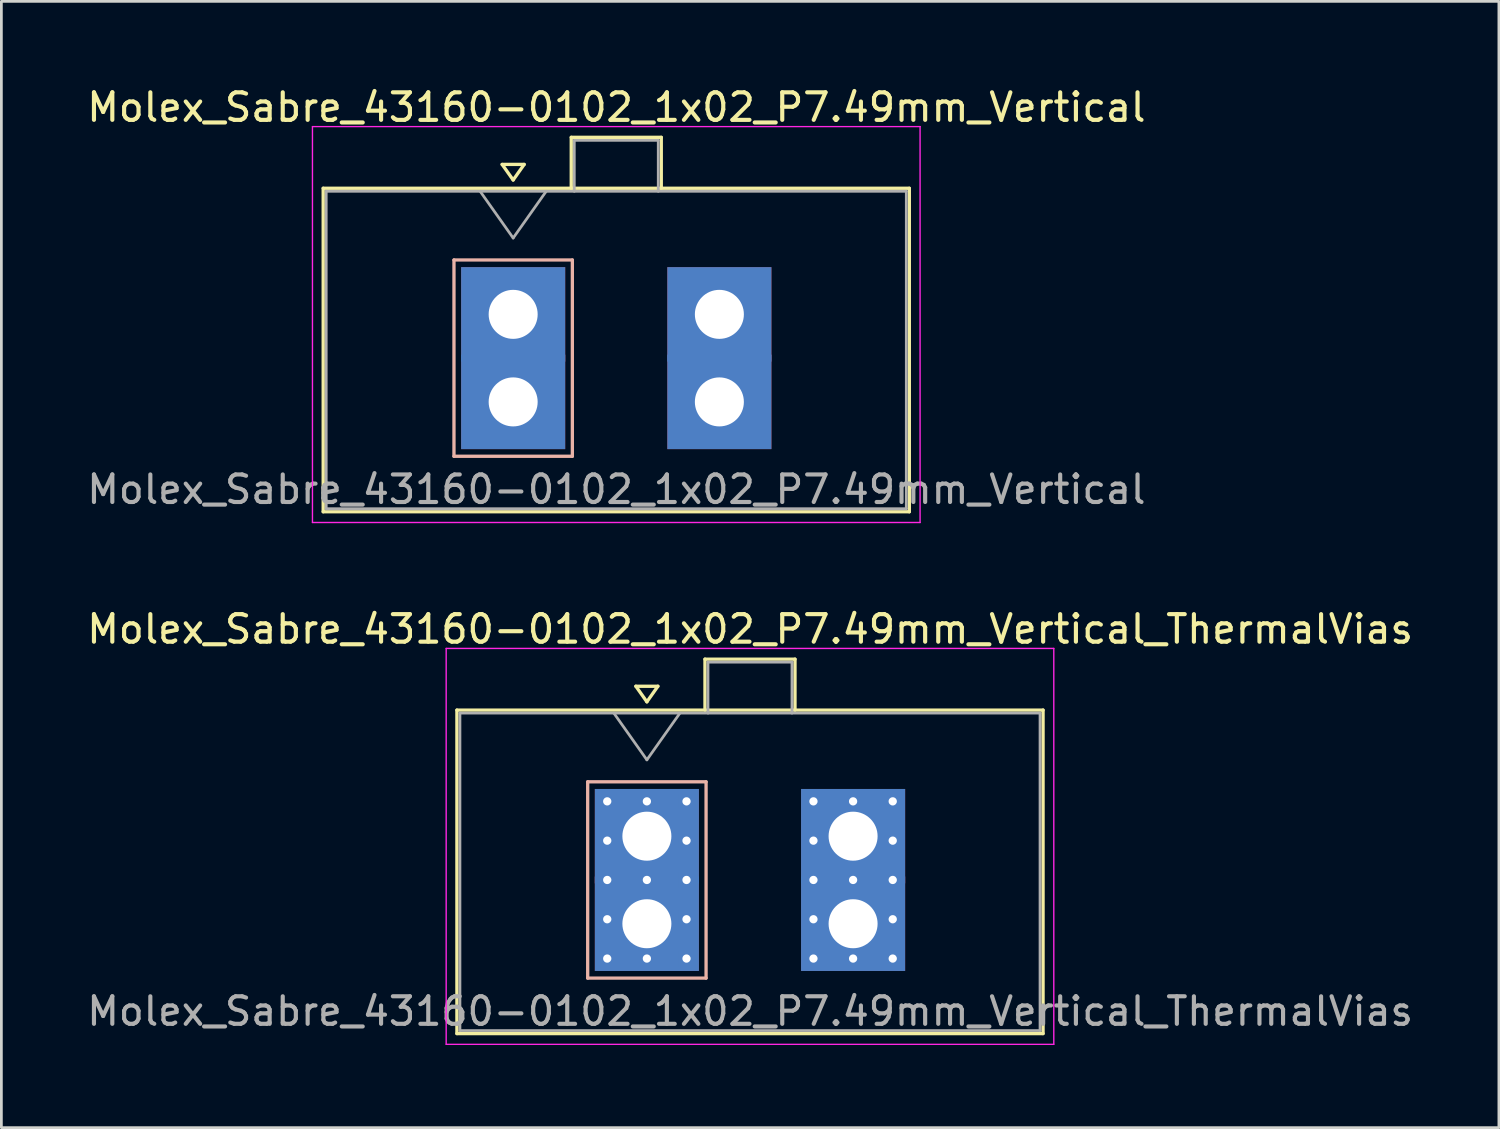
<source format=kicad_pcb>
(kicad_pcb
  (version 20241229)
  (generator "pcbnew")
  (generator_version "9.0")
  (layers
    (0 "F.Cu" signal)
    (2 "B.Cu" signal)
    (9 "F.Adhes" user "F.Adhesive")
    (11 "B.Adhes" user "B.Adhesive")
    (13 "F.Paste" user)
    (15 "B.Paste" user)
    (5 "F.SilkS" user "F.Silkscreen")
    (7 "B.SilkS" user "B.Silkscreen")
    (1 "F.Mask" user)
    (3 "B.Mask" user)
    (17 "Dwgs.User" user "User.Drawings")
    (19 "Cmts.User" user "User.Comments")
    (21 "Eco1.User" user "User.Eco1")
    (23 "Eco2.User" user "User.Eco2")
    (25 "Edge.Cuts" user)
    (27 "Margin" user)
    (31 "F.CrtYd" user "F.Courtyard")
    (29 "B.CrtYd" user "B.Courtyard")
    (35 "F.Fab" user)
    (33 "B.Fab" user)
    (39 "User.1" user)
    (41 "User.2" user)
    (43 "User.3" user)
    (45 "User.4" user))
  (footprint "Molex_Sabre_43160-0102_1x02_P7.49mm_Vertical_ThermalVias"
    (layer "F.Cu")
    (at 20.446 30.502)
    (property "Reference" "Molex_Sabre_43160-0102_1x02_P7.49mm_Vertical_ThermalVias" (at 3.75 -10.7 0) (layer "F.SilkS") (effects (font (size 1 1) (thickness 0.15))))
    (attr through_hole)
    (fp_line (start -6.9 -7.76) (end -6.9 3.99) (stroke (width 0.12) (type solid)) (layer "F.SilkS"))
    (fp_line (start -6.9 3.99) (end 14.39 3.99) (stroke (width 0.12) (type solid)) (layer "F.SilkS"))
    (fp_line (start -0.4 -8.626) (end 0 -8.06) (stroke (width 0.12) (type solid)) (layer "F.SilkS"))
    (fp_line (start 0 -8.06) (end 0.4 -8.626) (stroke (width 0.12) (type solid)) (layer "F.SilkS"))
    (fp_line (start 0.4 -8.626) (end -0.4 -8.626) (stroke (width 0.12) (type solid)) (layer "F.SilkS"))
    (fp_line (start 2.11 -9.61) (end 5.38 -9.61) (stroke (width 0.12) (type solid)) (layer "F.SilkS"))
    (fp_line (start 2.11 -7.76) (end 2.11 -9.61) (stroke (width 0.12) (type solid)) (layer "F.SilkS"))
    (fp_line (start 5.38 -9.61) (end 5.38 -7.76) (stroke (width 0.12) (type solid)) (layer "F.SilkS"))
    (fp_line (start 14.39 -7.76) (end -6.9 -7.76) (stroke (width 0.12) (type solid)) (layer "F.SilkS"))
    (fp_line (start 14.39 3.99) (end 14.39 -7.76) (stroke (width 0.12) (type solid)) (layer "F.SilkS"))
    (fp_line (start -2.15 -5.155) (end -2.15 1.975) (stroke (width 0.12) (type solid)) (layer "B.SilkS"))
    (fp_line (start -2.15 1.975) (end 2.15 1.975) (stroke (width 0.12) (type solid)) (layer "B.SilkS"))
    (fp_line (start 2.15 -5.155) (end -2.15 -5.155) (stroke (width 0.12) (type solid)) (layer "B.SilkS"))
    (fp_line (start 2.15 1.975) (end 2.15 -5.155) (stroke (width 0.12) (type solid)) (layer "B.SilkS"))
    (fp_line (start -7.29 -10) (end -7.29 4.38) (stroke (width 0.05) (type solid)) (layer "F.CrtYd"))
    (fp_line (start -7.29 4.38) (end 14.78 4.38) (stroke (width 0.05) (type solid)) (layer "F.CrtYd"))
    (fp_line (start 14.78 -10) (end -7.29 -10) (stroke (width 0.05) (type solid)) (layer "F.CrtYd"))
    (fp_line (start 14.78 4.38) (end 14.78 -10) (stroke (width 0.05) (type solid)) (layer "F.CrtYd"))
    (fp_line (start -6.79 -7.65) (end -6.79 3.88) (stroke (width 0.1) (type solid)) (layer "F.Fab"))
    (fp_line (start -6.79 3.88) (end 14.28 3.88) (stroke (width 0.1) (type solid)) (layer "F.Fab"))
    (fp_line (start -1.2 -7.65) (end 0 -5.953) (stroke (width 0.1) (type solid)) (layer "F.Fab"))
    (fp_line (start 0 -5.953) (end 1.2 -7.65) (stroke (width 0.1) (type solid)) (layer "F.Fab"))
    (fp_line (start 2.22 -9.5) (end 5.27 -9.5) (stroke (width 0.1) (type solid)) (layer "F.Fab"))
    (fp_line (start 2.22 -7.65) (end 2.22 -9.5) (stroke (width 0.1) (type solid)) (layer "F.Fab"))
    (fp_line (start 5.27 -9.5) (end 5.27 -7.65) (stroke (width 0.1) (type solid)) (layer "F.Fab"))
    (fp_line (start 14.28 -7.65) (end -6.79 -7.65) (stroke (width 0.1) (type solid)) (layer "F.Fab"))
    (fp_line (start 14.28 3.88) (end 14.28 -7.65) (stroke (width 0.1) (type solid)) (layer "F.Fab"))
    (fp_text user "${REFERENCE}" (at 3.75 3.18 0) (layer "F.Fab") (effects (font (size 1 1) (thickness 0.15))))
    (pad "1" thru_hole rect (at -1.44 -4.445) (size 0.6 0.6) (drill 0.3) (layers "*.Cu" "*.Mask"))
    (pad "1" thru_hole rect (at -1.44 -3.018) (size 0.6 0.6) (drill 0.3) (layers "*.Cu" "*.Mask"))
    (pad "1" thru_hole rect (at -1.44 -1.59) (size 0.6 0.6) (drill 0.3) (layers "*.Cu" "*.Mask"))
    (pad "1" thru_hole rect (at -1.44 -0.163) (size 0.6 0.6) (drill 0.3) (layers "*.Cu" "*.Mask"))
    (pad "1" thru_hole rect (at -1.44 1.265) (size 0.6 0.6) (drill 0.3) (layers "*.Cu" "*.Mask"))
    (pad "1" thru_hole rect (at 0 -4.445) (size 0.6 0.6) (drill 0.3) (layers "*.Cu" "*.Mask"))
    (pad "1" thru_hole rect (at 0 -3.18) (size 3.78 3.43) (drill 1.78) (layers "*.Cu" "*.Mask"))
    (pad "1" thru_hole rect (at 0 -1.59) (size 0.6 0.6) (drill 0.3) (layers "*.Cu" "*.Mask"))
    (pad "1" thru_hole rect (at 0 0) (size 3.78 3.43) (drill 1.78) (layers "*.Cu" "*.Mask"))
    (pad "1" thru_hole rect (at 0 1.265) (size 0.6 0.6) (drill 0.3) (layers "*.Cu" "*.Mask"))
    (pad "1" thru_hole rect (at 1.44 -4.445) (size 0.6 0.6) (drill 0.3) (layers "*.Cu" "*.Mask"))
    (pad "1" thru_hole rect (at 1.44 -3.018) (size 0.6 0.6) (drill 0.3) (layers "*.Cu" "*.Mask"))
    (pad "1" thru_hole rect (at 1.44 -1.59) (size 0.6 0.6) (drill 0.3) (layers "*.Cu" "*.Mask"))
    (pad "1" thru_hole rect (at 1.44 -0.163) (size 0.6 0.6) (drill 0.3) (layers "*.Cu" "*.Mask"))
    (pad "1" thru_hole rect (at 1.44 1.265) (size 0.6 0.6) (drill 0.3) (layers "*.Cu" "*.Mask"))
    (pad "2" thru_hole circle (at 6.05 -4.445) (size 0.6 0.6) (drill 0.3) (layers "*.Cu" "*.Mask"))
    (pad "2" thru_hole circle (at 6.05 -3.018) (size 0.6 0.6) (drill 0.3) (layers "*.Cu" "*.Mask"))
    (pad "2" thru_hole circle (at 6.05 -1.59) (size 0.6 0.6) (drill 0.3) (layers "*.Cu" "*.Mask"))
    (pad "2" thru_hole circle (at 6.05 -0.163) (size 0.6 0.6) (drill 0.3) (layers "*.Cu" "*.Mask"))
    (pad "2" thru_hole circle (at 6.05 1.265) (size 0.6 0.6) (drill 0.3) (layers "*.Cu" "*.Mask"))
    (pad "2" thru_hole circle (at 7.49 -4.445) (size 0.6 0.6) (drill 0.3) (layers "*.Cu" "*.Mask"))
    (pad "2" thru_hole rect (at 7.49 -3.18) (size 3.78 3.43) (drill 1.78) (layers "*.Cu" "*.Mask"))
    (pad "2" thru_hole circle (at 7.49 -1.59) (size 0.6 0.6) (drill 0.3) (layers "*.Cu" "*.Mask"))
    (pad "2" thru_hole rect (at 7.49 0) (size 3.78 3.43) (drill 1.78) (layers "*.Cu" "*.Mask"))
    (pad "2" thru_hole circle (at 7.49 1.265) (size 0.6 0.6) (drill 0.3) (layers "*.Cu" "*.Mask"))
    (pad "2" thru_hole circle (at 8.93 -4.445) (size 0.6 0.6) (drill 0.3) (layers "*.Cu" "*.Mask"))
    (pad "2" thru_hole circle (at 8.93 -3.018) (size 0.6 0.6) (drill 0.3) (layers "*.Cu" "*.Mask"))
    (pad "2" thru_hole circle (at 8.93 -1.59) (size 0.6 0.6) (drill 0.3) (layers "*.Cu" "*.Mask"))
    (pad "2" thru_hole circle (at 8.93 -0.163) (size 0.6 0.6) (drill 0.3) (layers "*.Cu" "*.Mask"))
    (pad "2" thru_hole circle (at 8.93 1.265) (size 0.6 0.6) (drill 0.3) (layers "*.Cu" "*.Mask")))
  (footprint "Molex_Sabre_43160-0102_1x02_P7.49mm_Vertical"
    (layer "F.Cu")
    (at 15.589 11.548)
    (property "Reference" "Molex_Sabre_43160-0102_1x02_P7.49mm_Vertical" (at 3.75 -10.7 0) (layer "F.SilkS") (effects (font (size 1 1) (thickness 0.15))))
    (attr through_hole)
    (fp_line (start -6.9 -7.76) (end -6.9 3.99) (stroke (width 0.12) (type solid)) (layer "F.SilkS"))
    (fp_line (start -6.9 3.99) (end 14.39 3.99) (stroke (width 0.12) (type solid)) (layer "F.SilkS"))
    (fp_line (start -0.4 -8.626) (end 0 -8.06) (stroke (width 0.12) (type solid)) (layer "F.SilkS"))
    (fp_line (start 0 -8.06) (end 0.4 -8.626) (stroke (width 0.12) (type solid)) (layer "F.SilkS"))
    (fp_line (start 0.4 -8.626) (end -0.4 -8.626) (stroke (width 0.12) (type solid)) (layer "F.SilkS"))
    (fp_line (start 2.11 -9.61) (end 5.38 -9.61) (stroke (width 0.12) (type solid)) (layer "F.SilkS"))
    (fp_line (start 2.11 -7.76) (end 2.11 -9.61) (stroke (width 0.12) (type solid)) (layer "F.SilkS"))
    (fp_line (start 5.38 -9.61) (end 5.38 -7.76) (stroke (width 0.12) (type solid)) (layer "F.SilkS"))
    (fp_line (start 14.39 -7.76) (end -6.9 -7.76) (stroke (width 0.12) (type solid)) (layer "F.SilkS"))
    (fp_line (start 14.39 3.99) (end 14.39 -7.76) (stroke (width 0.12) (type solid)) (layer "F.SilkS"))
    (fp_line (start -2.15 -5.155) (end -2.15 1.975) (stroke (width 0.12) (type solid)) (layer "B.SilkS"))
    (fp_line (start -2.15 1.975) (end 2.15 1.975) (stroke (width 0.12) (type solid)) (layer "B.SilkS"))
    (fp_line (start 2.15 -5.155) (end -2.15 -5.155) (stroke (width 0.12) (type solid)) (layer "B.SilkS"))
    (fp_line (start 2.15 1.975) (end 2.15 -5.155) (stroke (width 0.12) (type solid)) (layer "B.SilkS"))
    (fp_line (start -7.29 -10) (end -7.29 4.38) (stroke (width 0.05) (type solid)) (layer "F.CrtYd"))
    (fp_line (start -7.29 4.38) (end 14.78 4.38) (stroke (width 0.05) (type solid)) (layer "F.CrtYd"))
    (fp_line (start 14.78 -10) (end -7.29 -10) (stroke (width 0.05) (type solid)) (layer "F.CrtYd"))
    (fp_line (start 14.78 4.38) (end 14.78 -10) (stroke (width 0.05) (type solid)) (layer "F.CrtYd"))
    (fp_line (start -6.79 -7.65) (end -6.79 3.88) (stroke (width 0.1) (type solid)) (layer "F.Fab"))
    (fp_line (start -6.79 3.88) (end 14.28 3.88) (stroke (width 0.1) (type solid)) (layer "F.Fab"))
    (fp_line (start -1.2 -7.65) (end 0 -5.953) (stroke (width 0.1) (type solid)) (layer "F.Fab"))
    (fp_line (start 0 -5.953) (end 1.2 -7.65) (stroke (width 0.1) (type solid)) (layer "F.Fab"))
    (fp_line (start 2.22 -9.5) (end 5.27 -9.5) (stroke (width 0.1) (type solid)) (layer "F.Fab"))
    (fp_line (start 2.22 -7.65) (end 2.22 -9.5) (stroke (width 0.1) (type solid)) (layer "F.Fab"))
    (fp_line (start 5.27 -9.5) (end 5.27 -7.65) (stroke (width 0.1) (type solid)) (layer "F.Fab"))
    (fp_line (start 14.28 -7.65) (end -6.79 -7.65) (stroke (width 0.1) (type solid)) (layer "F.Fab"))
    (fp_line (start 14.28 3.88) (end 14.28 -7.65) (stroke (width 0.1) (type solid)) (layer "F.Fab"))
    (fp_text user "${REFERENCE}" (at 3.75 3.18 0) (layer "F.Fab") (effects (font (size 1 1) (thickness 0.15))))
    (pad "1" thru_hole rect (at 0 -3.18) (size 3.78 3.43) (drill 1.78) (layers "*.Cu" "*.Mask"))
    (pad "1" thru_hole rect (at 0 0) (size 3.78 3.43) (drill 1.78) (layers "*.Cu" "*.Mask"))
    (pad "2" thru_hole rect (at 7.49 -3.18) (size 3.78 3.43) (drill 1.78) (layers "*.Cu" "*.Mask"))
    (pad "2" thru_hole rect (at 7.49 0) (size 3.78 3.43) (drill 1.78) (layers "*.Cu" "*.Mask")))
  (gr_rect
    (start -3 -3)
    (end 51.393 37.907)
    (stroke (width 0.1) (type default))
    (fill no)
    (layer "Edge.Cuts")))
</source>
